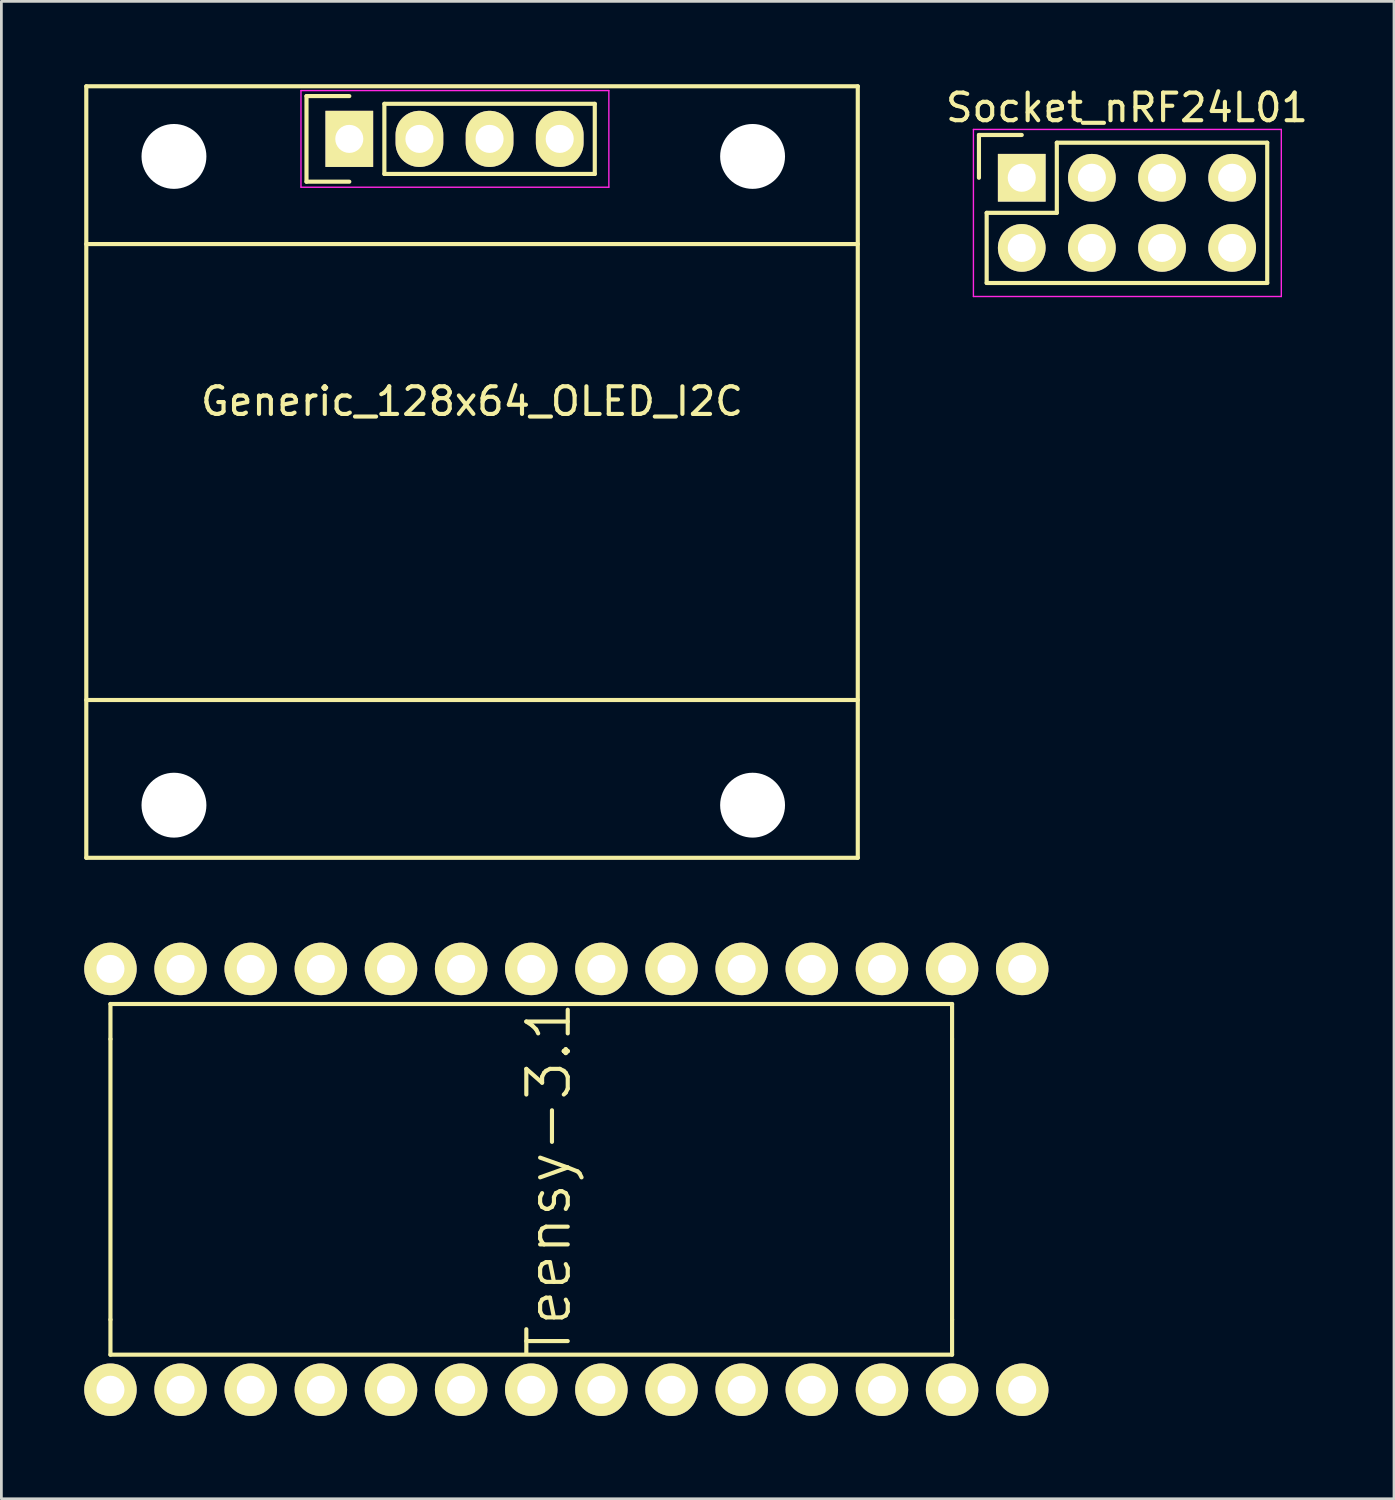
<source format=kicad_pcb>
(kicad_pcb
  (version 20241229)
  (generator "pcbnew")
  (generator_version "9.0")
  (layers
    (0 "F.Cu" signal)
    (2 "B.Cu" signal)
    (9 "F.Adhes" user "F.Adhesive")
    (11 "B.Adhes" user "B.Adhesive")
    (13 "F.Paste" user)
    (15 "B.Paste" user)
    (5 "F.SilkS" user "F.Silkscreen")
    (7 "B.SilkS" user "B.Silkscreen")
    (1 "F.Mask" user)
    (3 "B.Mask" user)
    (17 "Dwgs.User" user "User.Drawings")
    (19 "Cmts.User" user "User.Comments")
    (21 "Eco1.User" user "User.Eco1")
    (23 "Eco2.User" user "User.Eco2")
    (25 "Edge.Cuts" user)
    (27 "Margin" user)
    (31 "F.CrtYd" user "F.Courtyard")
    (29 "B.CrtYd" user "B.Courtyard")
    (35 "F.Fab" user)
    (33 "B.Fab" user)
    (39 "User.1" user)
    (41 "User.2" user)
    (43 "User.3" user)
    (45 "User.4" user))
  (footprint "Socket_nRF24L01"
    (layer "F.Cu")
    (at 33.953 3.388)
    (property "Reference" "Socket_nRF24L01" (at 3.81 -2.54 0) (layer "F.SilkS") (effects (font (size 1 1) (thickness 0.15))))
    (attr through_hole)
    (fp_line (start -1.55 -1.55) (end -1.55 0) (stroke (width 0.15) (type solid)) (layer "F.SilkS"))
    (fp_line (start -1.27 1.27) (end 1.27 1.27) (stroke (width 0.15) (type solid)) (layer "F.SilkS"))
    (fp_line (start -1.27 3.81) (end -1.27 1.27) (stroke (width 0.15) (type solid)) (layer "F.SilkS"))
    (fp_line (start 0 -1.55) (end -1.55 -1.55) (stroke (width 0.15) (type solid)) (layer "F.SilkS"))
    (fp_line (start 1.27 -1.27) (end 8.89 -1.27) (stroke (width 0.15) (type solid)) (layer "F.SilkS"))
    (fp_line (start 1.27 1.27) (end 1.27 -1.27) (stroke (width 0.15) (type solid)) (layer "F.SilkS"))
    (fp_line (start 8.89 -1.27) (end 8.89 3.81) (stroke (width 0.15) (type solid)) (layer "F.SilkS"))
    (fp_line (start 8.89 3.81) (end -1.27 3.81) (stroke (width 0.15) (type solid)) (layer "F.SilkS"))
    (fp_line (start -1.75 -1.75) (end -1.75 4.3) (stroke (width 0.05) (type solid)) (layer "F.CrtYd"))
    (fp_line (start -1.75 -1.75) (end 9.4 -1.75) (stroke (width 0.05) (type solid)) (layer "F.CrtYd"))
    (fp_line (start -1.75 4.3) (end 9.4 4.3) (stroke (width 0.05) (type solid)) (layer "F.CrtYd"))
    (fp_line (start 9.4 -1.75) (end 9.4 4.3) (stroke (width 0.05) (type solid)) (layer "F.CrtYd"))
    (pad "1" thru_hole oval (at 0 2.54) (size 1.727 1.727) (drill 1.016) (layers "*.Cu" "*.Mask" "F.SilkS"))
    (pad "2" thru_hole rect (at 0 0) (size 1.727 1.727) (drill 1.016) (layers "*.Cu" "*.Mask" "F.SilkS"))
    (pad "3" thru_hole oval (at 2.54 2.54) (size 1.727 1.727) (drill 1.016) (layers "*.Cu" "*.Mask" "F.SilkS"))
    (pad "4" thru_hole oval (at 2.54 0) (size 1.727 1.727) (drill 1.016) (layers "*.Cu" "*.Mask" "F.SilkS"))
    (pad "5" thru_hole oval (at 5.08 2.54) (size 1.727 1.727) (drill 1.016) (layers "*.Cu" "*.Mask" "F.SilkS"))
    (pad "6" thru_hole oval (at 5.08 0) (size 1.727 1.727) (drill 1.016) (layers "*.Cu" "*.Mask" "F.SilkS"))
    (pad "7" thru_hole oval (at 7.62 2.54) (size 1.727 1.727) (drill 1.016) (layers "*.Cu" "*.Mask" "F.SilkS"))
    (pad "8" thru_hole oval (at 7.62 0) (size 1.727 1.727) (drill 1.016) (layers "*.Cu" "*.Mask" "F.SilkS")))
  (footprint "Teensy-3.1"
    (layer "F.Cu")
    (at 3.49 47.28)
    (property "Reference" "Teensy-3.1" (at 13.335 -7.62 90) (layer "F.SilkS") (effects (font (size 1.5 1.5) (thickness 0.15))))
    (attr through_hole)
    (fp_line (start -2.54 -13.97) (end 27.94 -13.97) (stroke (width 0.15) (type solid)) (layer "F.SilkS"))
    (fp_line (start -2.54 -12.7) (end -2.54 -13.97) (stroke (width 0.15) (type solid)) (layer "F.SilkS"))
    (fp_line (start -2.54 -2.54) (end -2.54 -12.7) (stroke (width 0.15) (type solid)) (layer "F.SilkS"))
    (fp_line (start -2.54 -1.27) (end -2.54 -2.54) (stroke (width 0.15) (type solid)) (layer "F.SilkS"))
    (fp_line (start 27.94 -13.97) (end 27.94 -12.7) (stroke (width 0.15) (type solid)) (layer "F.SilkS"))
    (fp_line (start 27.94 -12.7) (end 27.94 -2.54) (stroke (width 0.15) (type solid)) (layer "F.SilkS"))
    (fp_line (start 27.94 -2.54) (end 27.94 -1.27) (stroke (width 0.15) (type solid)) (layer "F.SilkS"))
    (fp_line (start 27.94 -1.27) (end -2.54 -1.27) (stroke (width 0.15) (type solid)) (layer "F.SilkS"))
    (pad "0" thru_hole circle (at 0 0) (size 1.9 1.9) (drill 1.016) (layers "*.Cu" "*.Mask" "F.SilkS"))
    (pad "1" thru_hole circle (at 2.54 0) (size 1.9 1.9) (drill 1.016) (layers "*.Cu" "*.Mask" "F.SilkS"))
    (pad "2" thru_hole circle (at 5.08 0) (size 1.9 1.9) (drill 1.016) (layers "*.Cu" "*.Mask" "F.SilkS"))
    (pad "3" thru_hole circle (at 7.62 0) (size 1.9 1.9) (drill 1.016) (layers "*.Cu" "*.Mask" "F.SilkS"))
    (pad "4" thru_hole circle (at 10.16 0) (size 1.9 1.9) (drill 1.016) (layers "*.Cu" "*.Mask" "F.SilkS"))
    (pad "5" thru_hole circle (at 12.7 0) (size 1.9 1.9) (drill 1.016) (layers "*.Cu" "*.Mask" "F.SilkS"))
    (pad "6" thru_hole circle (at 15.24 0) (size 1.9 1.9) (drill 1.016) (layers "*.Cu" "*.Mask" "F.SilkS"))
    (pad "7" thru_hole circle (at 17.78 0) (size 1.9 1.9) (drill 1.016) (layers "*.Cu" "*.Mask" "F.SilkS"))
    (pad "8" thru_hole circle (at 20.32 0) (size 1.9 1.9) (drill 1.016) (layers "*.Cu" "*.Mask" "F.SilkS"))
    (pad "9" thru_hole circle (at 22.86 0) (size 1.9 1.9) (drill 1.016) (layers "*.Cu" "*.Mask" "F.SilkS"))
    (pad "10" thru_hole circle (at 25.4 0) (size 1.9 1.9) (drill 1.016) (layers "*.Cu" "*.Mask" "F.SilkS"))
    (pad "11" thru_hole circle (at 27.94 0) (size 1.9 1.9) (drill 1.016) (layers "*.Cu" "*.Mask" "F.SilkS"))
    (pad "12" thru_hole circle (at 30.48 0) (size 1.9 1.9) (drill 1.016) (layers "*.Cu" "*.Mask" "F.SilkS"))
    (pad "13" thru_hole circle (at 30.48 -15.24) (size 1.9 1.9) (drill 1.016) (layers "*.Cu" "*.Mask" "F.SilkS"))
    (pad "14" thru_hole circle (at 27.94 -15.24) (size 1.9 1.9) (drill 1.016) (layers "*.Cu" "*.Mask" "F.SilkS"))
    (pad "15" thru_hole circle (at 25.4 -15.24) (size 1.9 1.9) (drill 1.016) (layers "*.Cu" "*.Mask" "F.SilkS"))
    (pad "16" thru_hole circle (at 22.86 -15.24) (size 1.9 1.9) (drill 1.016) (layers "*.Cu" "*.Mask" "F.SilkS"))
    (pad "17" thru_hole circle (at 20.32 -15.24) (size 1.9 1.9) (drill 1.016) (layers "*.Cu" "*.Mask" "F.SilkS"))
    (pad "18" thru_hole circle (at 17.78 -15.24) (size 1.9 1.9) (drill 1.016) (layers "*.Cu" "*.Mask" "F.SilkS"))
    (pad "19" thru_hole circle (at 15.24 -15.24) (size 1.9 1.9) (drill 1.016) (layers "*.Cu" "*.Mask" "F.SilkS"))
    (pad "20" thru_hole circle (at 12.7 -15.24) (size 1.9 1.9) (drill 1.016) (layers "*.Cu" "*.Mask" "F.SilkS"))
    (pad "21" thru_hole circle (at 10.16 -15.24) (size 1.9 1.9) (drill 1.016) (layers "*.Cu" "*.Mask" "F.SilkS"))
    (pad "22" thru_hole circle (at 7.62 -15.24) (size 1.9 1.9) (drill 1.016) (layers "*.Cu" "*.Mask" "F.SilkS"))
    (pad "23" thru_hole circle (at 5.08 -15.24) (size 1.9 1.9) (drill 1.016) (layers "*.Cu" "*.Mask" "F.SilkS"))
    (pad "24" thru_hole circle (at 2.54 -15.24) (size 1.9 1.9) (drill 1.016) (layers "*.Cu" "*.Mask" "F.SilkS"))
    (pad "25" thru_hole circle (at 0 -15.24) (size 1.9 1.9) (drill 1.016) (layers "*.Cu" "*.Mask" "F.SilkS"))
    (pad "26" thru_hole circle (at -2.54 -15.24) (size 1.9 1.9) (drill 1.016) (layers "*.Cu" "*.Mask" "F.SilkS"))
    (pad "27" thru_hole circle (at -2.54 0) (size 1.9 1.9) (drill 1.016) (layers "*.Cu" "*.Mask" "F.SilkS")))
  (footprint "Generic_128x64_OLED_I2C"
    (layer "F.Cu")
    (at 9.6 1.98)
    (property "Reference" "Generic_128x64_OLED_I2C" (at 4.445 9.505 0) (layer "F.SilkS") (effects (font (size 1 1) (thickness 0.15))))
    (attr through_hole)
    (fp_line (start -9.525 -1.905) (end 18.415 -1.905) (stroke (width 0.15) (type solid)) (layer "F.SilkS"))
    (fp_line (start -9.525 3.81) (end 18.415 3.81) (stroke (width 0.15) (type solid)) (layer "F.SilkS"))
    (fp_line (start -9.525 20.32) (end 18.415 20.32) (stroke (width 0.15) (type solid)) (layer "F.SilkS"))
    (fp_line (start -9.525 26.035) (end -9.525 -1.905) (stroke (width 0.15) (type solid)) (layer "F.SilkS"))
    (fp_line (start -1.55 -1.55) (end -1.55 1.55) (stroke (width 0.15) (type solid)) (layer "F.SilkS"))
    (fp_line (start -1.55 1.55) (end 0 1.55) (stroke (width 0.15) (type solid)) (layer "F.SilkS"))
    (fp_line (start 0 -1.55) (end -1.55 -1.55) (stroke (width 0.15) (type solid)) (layer "F.SilkS"))
    (fp_line (start 1.27 -1.27) (end 8.89 -1.27) (stroke (width 0.15) (type solid)) (layer "F.SilkS"))
    (fp_line (start 1.27 1.27) (end 1.27 -1.27) (stroke (width 0.15) (type solid)) (layer "F.SilkS"))
    (fp_line (start 1.27 1.27) (end 8.89 1.27) (stroke (width 0.15) (type solid)) (layer "F.SilkS"))
    (fp_line (start 8.89 -1.27) (end 8.89 1.27) (stroke (width 0.15) (type solid)) (layer "F.SilkS"))
    (fp_line (start 18.415 -1.905) (end 18.415 26.035) (stroke (width 0.15) (type solid)) (layer "F.SilkS"))
    (fp_line (start 18.415 26.035) (end -9.525 26.035) (stroke (width 0.15) (type solid)) (layer "F.SilkS"))
    (fp_line (start -1.75 -1.75) (end -1.75 1.75) (stroke (width 0.05) (type solid)) (layer "F.CrtYd"))
    (fp_line (start -1.75 -1.75) (end 9.4 -1.75) (stroke (width 0.05) (type solid)) (layer "F.CrtYd"))
    (fp_line (start -1.75 1.75) (end 9.4 1.75) (stroke (width 0.05) (type solid)) (layer "F.CrtYd"))
    (fp_line (start 9.4 -1.75) (end 9.4 1.75) (stroke (width 0.05) (type solid)) (layer "F.CrtYd"))
    (pad "" np_thru_hole circle (at -6.35 0.635) (size 2.35 2.35) (drill 2.35) (layers "*.Cu" "*.Mask"))
    (pad "" np_thru_hole circle (at -6.35 24.13) (size 2.35 2.35) (drill 2.35) (layers "*.Cu" "*.Mask"))
    (pad "" np_thru_hole circle (at 14.605 0.635) (size 2.35 2.35) (drill 2.35) (layers "*.Cu" "*.Mask"))
    (pad "" np_thru_hole circle (at 14.605 24.13) (size 2.35 2.35) (drill 2.35) (layers "*.Cu" "*.Mask"))
    (pad "1" thru_hole rect (at 0 0) (size 1.727 2.032) (drill 1.016) (layers "*.Cu" "*.Mask" "F.SilkS"))
    (pad "2" thru_hole oval (at 2.54 0) (size 1.727 2.032) (drill 1.016) (layers "*.Cu" "*.Mask" "F.SilkS"))
    (pad "3" thru_hole oval (at 5.08 0) (size 1.727 2.032) (drill 1.016) (layers "*.Cu" "*.Mask" "F.SilkS"))
    (pad "4" thru_hole oval (at 7.62 0) (size 1.727 2.032) (drill 1.016) (layers "*.Cu" "*.Mask" "F.SilkS")))
  (gr_rect
    (start -3 -3)
    (end 47.435 51.23)
    (stroke (width 0.1) (type default))
    (fill no)
    (layer "Edge.Cuts")))
</source>
